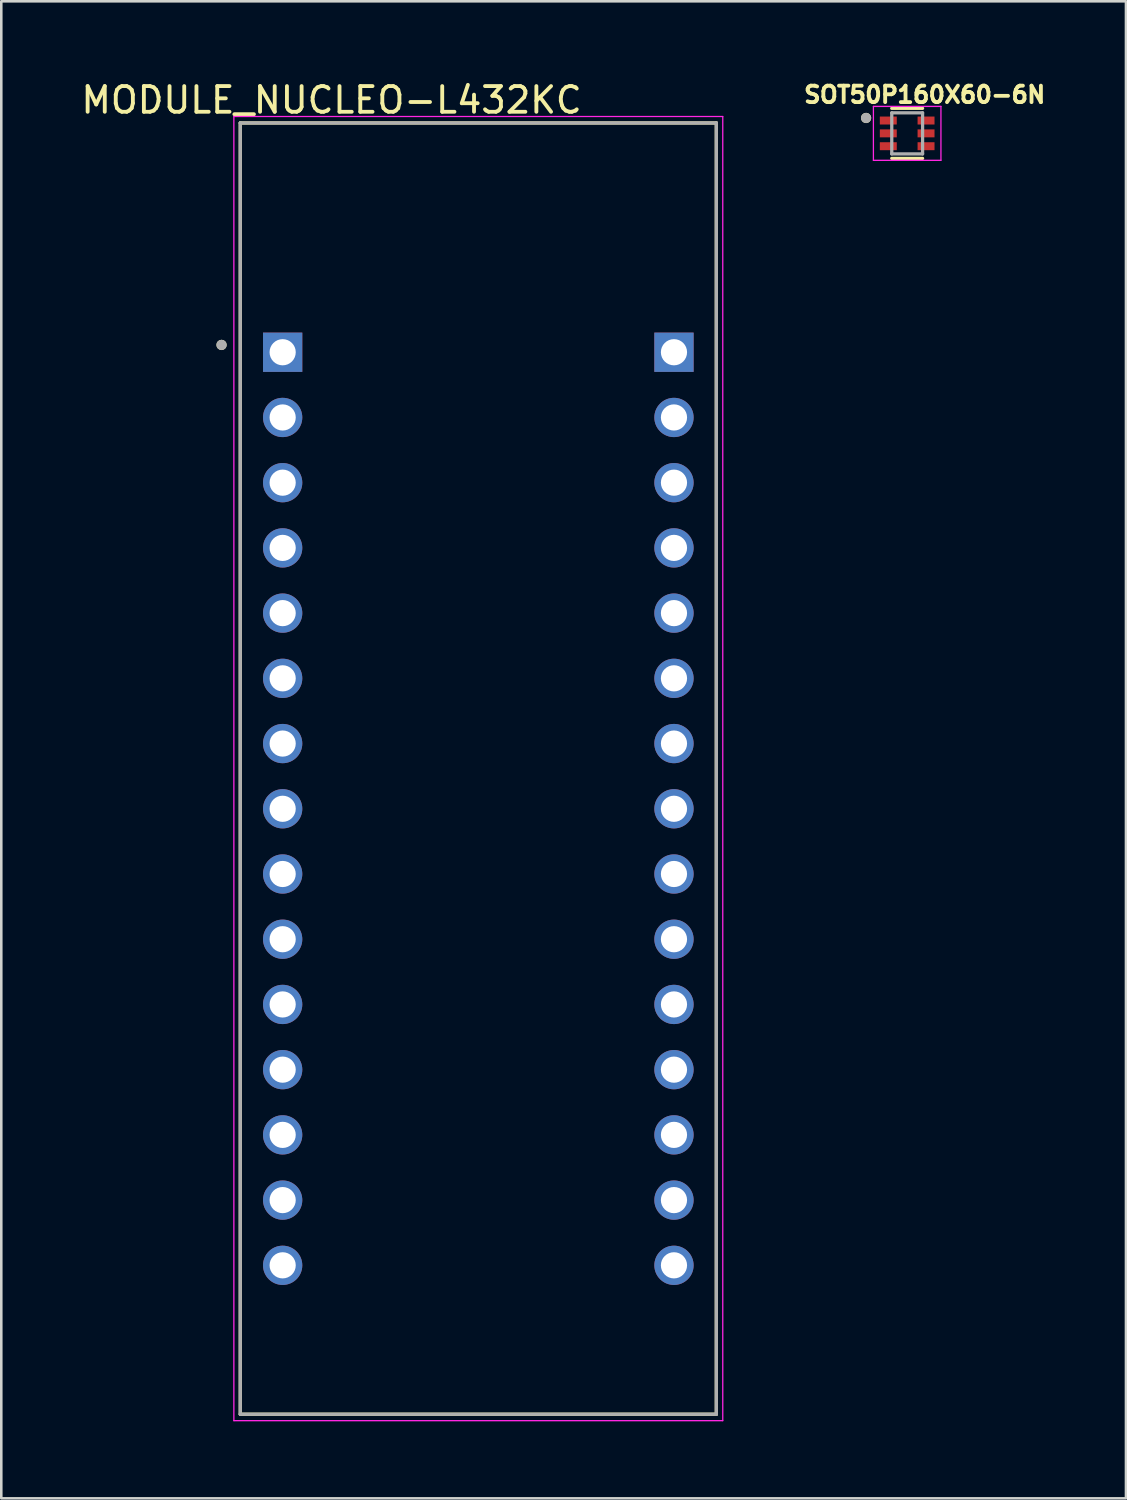
<source format=kicad_pcb>
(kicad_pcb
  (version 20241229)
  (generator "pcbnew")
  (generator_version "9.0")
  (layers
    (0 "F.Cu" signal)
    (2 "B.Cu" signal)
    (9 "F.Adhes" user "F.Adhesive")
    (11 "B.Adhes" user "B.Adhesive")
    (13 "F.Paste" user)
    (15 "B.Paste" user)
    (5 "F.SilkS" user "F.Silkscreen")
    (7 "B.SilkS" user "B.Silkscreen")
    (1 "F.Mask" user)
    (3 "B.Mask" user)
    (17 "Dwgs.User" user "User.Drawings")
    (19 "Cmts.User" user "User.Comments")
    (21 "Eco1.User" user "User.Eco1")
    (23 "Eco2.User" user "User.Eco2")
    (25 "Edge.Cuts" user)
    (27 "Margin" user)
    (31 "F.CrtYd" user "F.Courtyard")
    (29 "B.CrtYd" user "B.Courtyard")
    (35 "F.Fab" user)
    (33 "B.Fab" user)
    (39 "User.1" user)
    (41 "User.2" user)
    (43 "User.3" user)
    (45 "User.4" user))
  (footprint "SOT50P160X60-6N"
    (layer "F.Cu")
    (at 32.28 2.144)
    (property "Reference" "SOT50P160X60-6N" (at 0.682 -1.506 0) (layer "F.SilkS") (effects (font (size 0.64 0.64) (thickness 0.15))))
    (attr through_hole)
    (fp_line (start -0.6 -0.975) (end 0.6 -0.975) (stroke (width 0.127) (type solid)) (layer "F.SilkS"))
    (fp_line (start -0.6 0.975) (end 0.6 0.975) (stroke (width 0.127) (type solid)) (layer "F.SilkS"))
    (fp_circle (center -1.6 -0.6) (end -1.5 -0.6) (stroke (width 0.2) (type solid)) (fill no) (layer "F.SilkS"))
    (fp_line (start -1.315 -1.05) (end 1.315 -1.05) (stroke (width 0.05) (type solid)) (layer "F.CrtYd"))
    (fp_line (start -1.315 1.05) (end -1.315 -1.05) (stroke (width 0.05) (type solid)) (layer "F.CrtYd"))
    (fp_line (start 1.315 -1.05) (end 1.315 1.05) (stroke (width 0.05) (type solid)) (layer "F.CrtYd"))
    (fp_line (start 1.315 1.05) (end -1.315 1.05) (stroke (width 0.05) (type solid)) (layer "F.CrtYd"))
    (fp_line (start -0.6 -0.8) (end 0.6 -0.8) (stroke (width 0.127) (type solid)) (layer "F.Fab"))
    (fp_line (start -0.6 0.8) (end -0.6 -0.8) (stroke (width 0.127) (type solid)) (layer "F.Fab"))
    (fp_line (start 0.6 -0.8) (end 0.6 0.8) (stroke (width 0.127) (type solid)) (layer "F.Fab"))
    (fp_line (start 0.6 0.8) (end -0.6 0.8) (stroke (width 0.127) (type solid)) (layer "F.Fab"))
    (fp_circle (center -1.6 -0.6) (end -1.5 -0.6) (stroke (width 0.2) (type solid)) (fill no) (layer "F.Fab"))
    (pad "1" smd rect (at -0.735 -0.5) (size 0.66 0.31) (layers "F.Cu" "F.Mask" "F.Paste"))
    (pad "2" smd rect (at -0.735 0) (size 0.66 0.31) (layers "F.Cu" "F.Mask" "F.Paste"))
    (pad "3" smd rect (at -0.735 0.5) (size 0.66 0.31) (layers "F.Cu" "F.Mask" "F.Paste"))
    (pad "4" smd rect (at 0.735 0.5) (size 0.66 0.31) (layers "F.Cu" "F.Mask" "F.Paste"))
    (pad "5" smd rect (at 0.735 0) (size 0.66 0.31) (layers "F.Cu" "F.Mask" "F.Paste"))
    (pad "6" smd rect (at 0.735 -0.5) (size 0.66 0.31) (layers "F.Cu" "F.Mask" "F.Paste")))
  (footprint "MODULE_NUCLEO-L432KC"
    (layer "F.Cu")
    (at 15.578 26.883)
    (property "Reference" "MODULE_NUCLEO-L432KC" (at -5.715 -26.035 0) (layer "F.SilkS") (effects (font (size 1 1) (thickness 0.15))))
    (attr through_hole)
    (fp_line (start -9.27 -25.145) (end 9.27 -25.145) (stroke (width 0.127) (type solid)) (layer "F.SilkS"))
    (fp_line (start -9.27 25.145) (end -9.27 -25.145) (stroke (width 0.127) (type solid)) (layer "F.SilkS"))
    (fp_line (start 9.27 -25.145) (end 9.27 25.145) (stroke (width 0.127) (type solid)) (layer "F.SilkS"))
    (fp_line (start 9.27 25.145) (end -9.27 25.145) (stroke (width 0.127) (type solid)) (layer "F.SilkS"))
    (fp_circle (center -10 -16.5) (end -9.9 -16.5) (stroke (width 0.2) (type solid)) (fill no) (layer "F.SilkS"))
    (fp_line (start -9.52 -25.395) (end 9.52 -25.395) (stroke (width 0.05) (type solid)) (layer "F.CrtYd"))
    (fp_line (start -9.52 25.395) (end -9.52 -25.395) (stroke (width 0.05) (type solid)) (layer "F.CrtYd"))
    (fp_line (start 9.52 -25.395) (end 9.52 25.395) (stroke (width 0.05) (type solid)) (layer "F.CrtYd"))
    (fp_line (start 9.52 25.395) (end -9.52 25.395) (stroke (width 0.05) (type solid)) (layer "F.CrtYd"))
    (fp_line (start -9.27 -25.145) (end 9.27 -25.145) (stroke (width 0.127) (type solid)) (layer "F.Fab"))
    (fp_line (start -9.27 25.145) (end -9.27 -25.145) (stroke (width 0.127) (type solid)) (layer "F.Fab"))
    (fp_line (start 9.27 -25.145) (end 9.27 25.145) (stroke (width 0.127) (type solid)) (layer "F.Fab"))
    (fp_line (start 9.27 25.145) (end -9.27 25.145) (stroke (width 0.127) (type solid)) (layer "F.Fab"))
    (fp_circle (center -10 -16.5) (end -9.9 -16.5) (stroke (width 0.2) (type solid)) (fill no) (layer "F.Fab"))
    (pad "CN3_1" thru_hole rect (at -7.62 -16.215) (size 1.53 1.53) (drill 1.02) (layers "*.Cu" "*.Mask"))
    (pad "CN3_2" thru_hole circle (at -7.62 -13.675) (size 1.53 1.53) (drill 1.02) (layers "*.Cu" "*.Mask"))
    (pad "CN3_3" thru_hole circle (at -7.62 -11.135) (size 1.53 1.53) (drill 1.02) (layers "*.Cu" "*.Mask"))
    (pad "CN3_4" thru_hole circle (at -7.62 -8.595) (size 1.53 1.53) (drill 1.02) (layers "*.Cu" "*.Mask"))
    (pad "CN3_5" thru_hole circle (at -7.62 -6.055) (size 1.53 1.53) (drill 1.02) (layers "*.Cu" "*.Mask"))
    (pad "CN3_6" thru_hole circle (at -7.62 -3.515) (size 1.53 1.53) (drill 1.02) (layers "*.Cu" "*.Mask"))
    (pad "CN3_7" thru_hole circle (at -7.62 -0.975) (size 1.53 1.53) (drill 1.02) (layers "*.Cu" "*.Mask"))
    (pad "CN3_8" thru_hole circle (at -7.62 1.565) (size 1.53 1.53) (drill 1.02) (layers "*.Cu" "*.Mask"))
    (pad "CN3_9" thru_hole circle (at -7.62 4.105) (size 1.53 1.53) (drill 1.02) (layers "*.Cu" "*.Mask"))
    (pad "CN3_10" thru_hole circle (at -7.62 6.645) (size 1.53 1.53) (drill 1.02) (layers "*.Cu" "*.Mask"))
    (pad "CN3_11" thru_hole circle (at -7.62 9.185) (size 1.53 1.53) (drill 1.02) (layers "*.Cu" "*.Mask"))
    (pad "CN3_12" thru_hole circle (at -7.62 11.725) (size 1.53 1.53) (drill 1.02) (layers "*.Cu" "*.Mask"))
    (pad "CN3_13" thru_hole circle (at -7.62 14.265) (size 1.53 1.53) (drill 1.02) (layers "*.Cu" "*.Mask"))
    (pad "CN3_14" thru_hole circle (at -7.62 16.805) (size 1.53 1.53) (drill 1.02) (layers "*.Cu" "*.Mask"))
    (pad "CN3_15" thru_hole circle (at -7.62 19.345) (size 1.53 1.53) (drill 1.02) (layers "*.Cu" "*.Mask"))
    (pad "CN4_1" thru_hole rect (at 7.62 -16.215) (size 1.53 1.53) (drill 1.02) (layers "*.Cu" "*.Mask"))
    (pad "CN4_2" thru_hole circle (at 7.62 -13.675) (size 1.53 1.53) (drill 1.02) (layers "*.Cu" "*.Mask"))
    (pad "CN4_3" thru_hole circle (at 7.62 -11.135) (size 1.53 1.53) (drill 1.02) (layers "*.Cu" "*.Mask"))
    (pad "CN4_4" thru_hole circle (at 7.62 -8.595) (size 1.53 1.53) (drill 1.02) (layers "*.Cu" "*.Mask"))
    (pad "CN4_5" thru_hole circle (at 7.62 -6.055) (size 1.53 1.53) (drill 1.02) (layers "*.Cu" "*.Mask"))
    (pad "CN4_6" thru_hole circle (at 7.62 -3.515) (size 1.53 1.53) (drill 1.02) (layers "*.Cu" "*.Mask"))
    (pad "CN4_7" thru_hole circle (at 7.62 -0.975) (size 1.53 1.53) (drill 1.02) (layers "*.Cu" "*.Mask"))
    (pad "CN4_8" thru_hole circle (at 7.62 1.565) (size 1.53 1.53) (drill 1.02) (layers "*.Cu" "*.Mask"))
    (pad "CN4_9" thru_hole circle (at 7.62 4.105) (size 1.53 1.53) (drill 1.02) (layers "*.Cu" "*.Mask"))
    (pad "CN4_10" thru_hole circle (at 7.62 6.645) (size 1.53 1.53) (drill 1.02) (layers "*.Cu" "*.Mask"))
    (pad "CN4_11" thru_hole circle (at 7.62 9.185) (size 1.53 1.53) (drill 1.02) (layers "*.Cu" "*.Mask"))
    (pad "CN4_12" thru_hole circle (at 7.62 11.725) (size 1.53 1.53) (drill 1.02) (layers "*.Cu" "*.Mask"))
    (pad "CN4_13" thru_hole circle (at 7.62 14.265) (size 1.53 1.53) (drill 1.02) (layers "*.Cu" "*.Mask"))
    (pad "CN4_14" thru_hole circle (at 7.62 16.805) (size 1.53 1.53) (drill 1.02) (layers "*.Cu" "*.Mask"))
    (pad "CN4_15" thru_hole circle (at 7.62 19.345) (size 1.53 1.53) (drill 1.02) (layers "*.Cu" "*.Mask")))
  (gr_rect
    (start -3 -3)
    (end 40.801 55.303)
    (stroke (width 0.1) (type default))
    (fill no)
    (layer "Edge.Cuts")))
</source>
